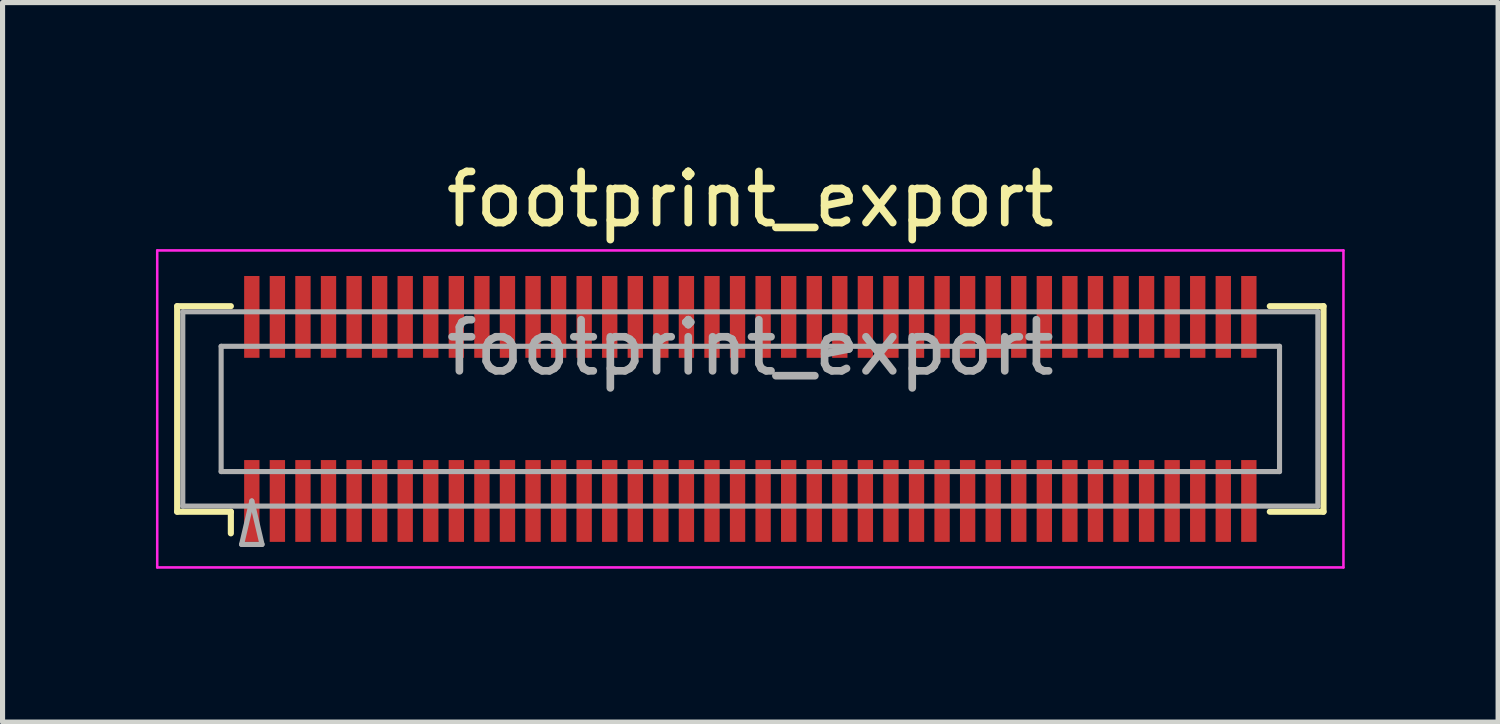
<source format=kicad_pcb>
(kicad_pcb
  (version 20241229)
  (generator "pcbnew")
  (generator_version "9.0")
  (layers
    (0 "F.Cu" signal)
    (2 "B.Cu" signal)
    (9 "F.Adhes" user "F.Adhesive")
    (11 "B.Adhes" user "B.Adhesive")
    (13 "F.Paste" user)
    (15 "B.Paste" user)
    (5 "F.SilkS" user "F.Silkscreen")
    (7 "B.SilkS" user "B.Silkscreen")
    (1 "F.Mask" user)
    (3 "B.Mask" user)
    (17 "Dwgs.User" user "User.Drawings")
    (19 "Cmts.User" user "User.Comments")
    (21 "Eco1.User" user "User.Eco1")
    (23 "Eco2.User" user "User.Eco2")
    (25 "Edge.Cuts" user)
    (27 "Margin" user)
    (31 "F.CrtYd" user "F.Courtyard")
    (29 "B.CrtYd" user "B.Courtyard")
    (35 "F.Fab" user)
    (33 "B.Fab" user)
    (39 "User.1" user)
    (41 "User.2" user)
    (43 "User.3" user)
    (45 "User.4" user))
  (footprint "footprint_export"
    (layer "F.Cu")
    (at 11.625 4.948)
    (property "Reference" "footprint_export" (at 0 -4.1 0) (layer "F.SilkS") (effects (font (size 1 1) (thickness 0.15))))
    (attr smd)
    (fp_line (start -11.21 -2.01) (end -10.16 -2.01) (stroke (width 0.12) (type solid)) (layer "F.SilkS"))
    (fp_line (start -11.21 2.01) (end -11.21 -2.01) (stroke (width 0.12) (type solid)) (layer "F.SilkS"))
    (fp_line (start -10.16 2.01) (end -11.21 2.01) (stroke (width 0.12) (type solid)) (layer "F.SilkS"))
    (fp_line (start -10.16 2.433) (end -10.16 2.01) (stroke (width 0.12) (type solid)) (layer "F.SilkS"))
    (fp_line (start 10.16 2.01) (end 11.21 2.01) (stroke (width 0.12) (type solid)) (layer "F.SilkS"))
    (fp_line (start 11.21 -2.01) (end 10.16 -2.01) (stroke (width 0.12) (type solid)) (layer "F.SilkS"))
    (fp_line (start 11.21 2.01) (end 11.21 -2.01) (stroke (width 0.12) (type solid)) (layer "F.SilkS"))
    (fp_line (start -11.6 -3.1) (end -11.6 3.1) (stroke (width 0.05) (type solid)) (layer "F.CrtYd"))
    (fp_line (start -11.6 3.1) (end 11.6 3.1) (stroke (width 0.05) (type solid)) (layer "F.CrtYd"))
    (fp_line (start 11.6 -3.1) (end -11.6 -3.1) (stroke (width 0.05) (type solid)) (layer "F.CrtYd"))
    (fp_line (start 11.6 3.1) (end 11.6 -3.1) (stroke (width 0.05) (type solid)) (layer "F.CrtYd"))
    (fp_line (start -11.1 -1.9) (end 11.1 -1.9) (stroke (width 0.1) (type solid)) (layer "F.Fab"))
    (fp_line (start -11.1 1.9) (end -11.1 -1.9) (stroke (width 0.1) (type solid)) (layer "F.Fab"))
    (fp_line (start -10.35 -1.225) (end 10.35 -1.225) (stroke (width 0.1) (type solid)) (layer "F.Fab"))
    (fp_line (start -10.35 1.225) (end -10.35 -1.225) (stroke (width 0.1) (type solid)) (layer "F.Fab"))
    (fp_line (start -9.95 2.65) (end -9.75 1.8) (stroke (width 0.1) (type solid)) (layer "F.Fab"))
    (fp_line (start -9.75 1.8) (end -9.55 2.65) (stroke (width 0.1) (type solid)) (layer "F.Fab"))
    (fp_line (start -9.55 2.65) (end -9.95 2.65) (stroke (width 0.1) (type solid)) (layer "F.Fab"))
    (fp_line (start 10.35 -1.225) (end 10.35 1.225) (stroke (width 0.1) (type solid)) (layer "F.Fab"))
    (fp_line (start 10.35 1.225) (end -10.35 1.225) (stroke (width 0.1) (type solid)) (layer "F.Fab"))
    (fp_line (start 11.1 -1.9) (end 11.1 1.9) (stroke (width 0.1) (type solid)) (layer "F.Fab"))
    (fp_line (start 11.1 1.9) (end -11.1 1.9) (stroke (width 0.1) (type solid)) (layer "F.Fab"))
    (fp_text user "${REFERENCE}" (at 0 -1.2 0) (layer "F.Fab") (effects (font (size 1 1) (thickness 0.15))))
    (pad "" smd rect (at -9.75 -2) (size 0.28 1.2) (layers "F.Paste"))
    (pad "" smd rect (at -9.75 2) (size 0.28 1.2) (layers "F.Paste"))
    (pad "" smd rect (at -9.25 -2) (size 0.28 1.2) (layers "F.Paste"))
    (pad "" smd rect (at -9.25 2) (size 0.28 1.2) (layers "F.Paste"))
    (pad "" smd rect (at -8.75 -2) (size 0.28 1.2) (layers "F.Paste"))
    (pad "" smd rect (at -8.75 2) (size 0.28 1.2) (layers "F.Paste"))
    (pad "" smd rect (at -8.25 -2) (size 0.28 1.2) (layers "F.Paste"))
    (pad "" smd rect (at -8.25 2) (size 0.28 1.2) (layers "F.Paste"))
    (pad "" smd rect (at -7.75 -2) (size 0.28 1.2) (layers "F.Paste"))
    (pad "" smd rect (at -7.75 2) (size 0.28 1.2) (layers "F.Paste"))
    (pad "" smd rect (at -7.25 -2) (size 0.28 1.2) (layers "F.Paste"))
    (pad "" smd rect (at -7.25 2) (size 0.28 1.2) (layers "F.Paste"))
    (pad "" smd rect (at -6.75 -2) (size 0.28 1.2) (layers "F.Paste"))
    (pad "" smd rect (at -6.75 2) (size 0.28 1.2) (layers "F.Paste"))
    (pad "" smd rect (at -6.25 -2) (size 0.28 1.2) (layers "F.Paste"))
    (pad "" smd rect (at -6.25 2) (size 0.28 1.2) (layers "F.Paste"))
    (pad "" smd rect (at -5.75 -2) (size 0.28 1.2) (layers "F.Paste"))
    (pad "" smd rect (at -5.75 2) (size 0.28 1.2) (layers "F.Paste"))
    (pad "" smd rect (at -5.25 -2) (size 0.28 1.2) (layers "F.Paste"))
    (pad "" smd rect (at -5.25 2) (size 0.28 1.2) (layers "F.Paste"))
    (pad "" smd rect (at -4.75 -2) (size 0.28 1.2) (layers "F.Paste"))
    (pad "" smd rect (at -4.75 2) (size 0.28 1.2) (layers "F.Paste"))
    (pad "" smd rect (at -4.25 -2) (size 0.28 1.2) (layers "F.Paste"))
    (pad "" smd rect (at -4.25 2) (size 0.28 1.2) (layers "F.Paste"))
    (pad "" smd rect (at -3.75 -2) (size 0.28 1.2) (layers "F.Paste"))
    (pad "" smd rect (at -3.75 2) (size 0.28 1.2) (layers "F.Paste"))
    (pad "" smd rect (at -3.25 -2) (size 0.28 1.2) (layers "F.Paste"))
    (pad "" smd rect (at -3.25 2) (size 0.28 1.2) (layers "F.Paste"))
    (pad "" smd rect (at -2.75 -2) (size 0.28 1.2) (layers "F.Paste"))
    (pad "" smd rect (at -2.75 2) (size 0.28 1.2) (layers "F.Paste"))
    (pad "" smd rect (at -2.25 -2) (size 0.28 1.2) (layers "F.Paste"))
    (pad "" smd rect (at -2.25 2) (size 0.28 1.2) (layers "F.Paste"))
    (pad "" smd rect (at -1.75 -2) (size 0.28 1.2) (layers "F.Paste"))
    (pad "" smd rect (at -1.75 2) (size 0.28 1.2) (layers "F.Paste"))
    (pad "" smd rect (at -1.25 -2) (size 0.28 1.2) (layers "F.Paste"))
    (pad "" smd rect (at -1.25 2) (size 0.28 1.2) (layers "F.Paste"))
    (pad "" smd rect (at -0.75 -2) (size 0.28 1.2) (layers "F.Paste"))
    (pad "" smd rect (at -0.75 2) (size 0.28 1.2) (layers "F.Paste"))
    (pad "" smd rect (at -0.25 -2) (size 0.28 1.2) (layers "F.Paste"))
    (pad "" smd rect (at -0.25 2) (size 0.28 1.2) (layers "F.Paste"))
    (pad "" smd rect (at 0.25 -2) (size 0.28 1.2) (layers "F.Paste"))
    (pad "" smd rect (at 0.25 2) (size 0.28 1.2) (layers "F.Paste"))
    (pad "" smd rect (at 0.75 -2) (size 0.28 1.2) (layers "F.Paste"))
    (pad "" smd rect (at 0.75 2) (size 0.28 1.2) (layers "F.Paste"))
    (pad "" smd rect (at 1.25 -2) (size 0.28 1.2) (layers "F.Paste"))
    (pad "" smd rect (at 1.25 2) (size 0.28 1.2) (layers "F.Paste"))
    (pad "" smd rect (at 1.75 -2) (size 0.28 1.2) (layers "F.Paste"))
    (pad "" smd rect (at 1.75 2) (size 0.28 1.2) (layers "F.Paste"))
    (pad "" smd rect (at 2.25 -2) (size 0.28 1.2) (layers "F.Paste"))
    (pad "" smd rect (at 2.25 2) (size 0.28 1.2) (layers "F.Paste"))
    (pad "" smd rect (at 2.75 -2) (size 0.28 1.2) (layers "F.Paste"))
    (pad "" smd rect (at 2.75 2) (size 0.28 1.2) (layers "F.Paste"))
    (pad "" smd rect (at 3.25 -2) (size 0.28 1.2) (layers "F.Paste"))
    (pad "" smd rect (at 3.25 2) (size 0.28 1.2) (layers "F.Paste"))
    (pad "" smd rect (at 3.75 -2) (size 0.28 1.2) (layers "F.Paste"))
    (pad "" smd rect (at 3.75 2) (size 0.28 1.2) (layers "F.Paste"))
    (pad "" smd rect (at 4.25 -2) (size 0.28 1.2) (layers "F.Paste"))
    (pad "" smd rect (at 4.25 2) (size 0.28 1.2) (layers "F.Paste"))
    (pad "" smd rect (at 4.75 -2) (size 0.28 1.2) (layers "F.Paste"))
    (pad "" smd rect (at 4.75 2) (size 0.28 1.2) (layers "F.Paste"))
    (pad "" smd rect (at 5.25 -2) (size 0.28 1.2) (layers "F.Paste"))
    (pad "" smd rect (at 5.25 2) (size 0.28 1.2) (layers "F.Paste"))
    (pad "" smd rect (at 5.75 -2) (size 0.28 1.2) (layers "F.Paste"))
    (pad "" smd rect (at 5.75 2) (size 0.28 1.2) (layers "F.Paste"))
    (pad "" smd rect (at 6.25 -2) (size 0.28 1.2) (layers "F.Paste"))
    (pad "" smd rect (at 6.25 2) (size 0.28 1.2) (layers "F.Paste"))
    (pad "" smd rect (at 6.75 -2) (size 0.28 1.2) (layers "F.Paste"))
    (pad "" smd rect (at 6.75 2) (size 0.28 1.2) (layers "F.Paste"))
    (pad "" smd rect (at 7.25 -2) (size 0.28 1.2) (layers "F.Paste"))
    (pad "" smd rect (at 7.25 2) (size 0.28 1.2) (layers "F.Paste"))
    (pad "" smd rect (at 7.75 -2) (size 0.28 1.2) (layers "F.Paste"))
    (pad "" smd rect (at 7.75 2) (size 0.28 1.2) (layers "F.Paste"))
    (pad "" smd rect (at 8.25 -2) (size 0.28 1.2) (layers "F.Paste"))
    (pad "" smd rect (at 8.25 2) (size 0.28 1.2) (layers "F.Paste"))
    (pad "" smd rect (at 8.75 -2) (size 0.28 1.2) (layers "F.Paste"))
    (pad "" smd rect (at 8.75 2) (size 0.28 1.2) (layers "F.Paste"))
    (pad "" smd rect (at 9.25 -2) (size 0.28 1.2) (layers "F.Paste"))
    (pad "" smd rect (at 9.25 2) (size 0.28 1.2) (layers "F.Paste"))
    (pad "" smd rect (at 9.75 -2) (size 0.28 1.2) (layers "F.Paste"))
    (pad "" smd rect (at 9.75 2) (size 0.28 1.2) (layers "F.Paste"))
    (pad "1" smd rect (at -9.75 1.8) (size 0.3 1.6) (layers "F.Cu" "F.Mask"))
    (pad "2" smd rect (at -9.25 1.8) (size 0.3 1.6) (layers "F.Cu" "F.Mask"))
    (pad "3" smd rect (at -8.75 1.8) (size 0.3 1.6) (layers "F.Cu" "F.Mask"))
    (pad "4" smd rect (at -8.25 1.8) (size 0.3 1.6) (layers "F.Cu" "F.Mask"))
    (pad "5" smd rect (at -7.75 1.8) (size 0.3 1.6) (layers "F.Cu" "F.Mask"))
    (pad "6" smd rect (at -7.25 1.8) (size 0.3 1.6) (layers "F.Cu" "F.Mask"))
    (pad "7" smd rect (at -6.75 1.8) (size 0.3 1.6) (layers "F.Cu" "F.Mask"))
    (pad "8" smd rect (at -6.25 1.8) (size 0.3 1.6) (layers "F.Cu" "F.Mask"))
    (pad "9" smd rect (at -5.75 1.8) (size 0.3 1.6) (layers "F.Cu" "F.Mask"))
    (pad "10" smd rect (at -5.25 1.8) (size 0.3 1.6) (layers "F.Cu" "F.Mask"))
    (pad "11" smd rect (at -4.75 1.8) (size 0.3 1.6) (layers "F.Cu" "F.Mask"))
    (pad "12" smd rect (at -4.25 1.8) (size 0.3 1.6) (layers "F.Cu" "F.Mask"))
    (pad "13" smd rect (at -3.75 1.8) (size 0.3 1.6) (layers "F.Cu" "F.Mask"))
    (pad "14" smd rect (at -3.25 1.8) (size 0.3 1.6) (layers "F.Cu" "F.Mask"))
    (pad "15" smd rect (at -2.75 1.8) (size 0.3 1.6) (layers "F.Cu" "F.Mask"))
    (pad "16" smd rect (at -2.25 1.8) (size 0.3 1.6) (layers "F.Cu" "F.Mask"))
    (pad "17" smd rect (at -1.75 1.8) (size 0.3 1.6) (layers "F.Cu" "F.Mask"))
    (pad "18" smd rect (at -1.25 1.8) (size 0.3 1.6) (layers "F.Cu" "F.Mask"))
    (pad "19" smd rect (at -0.75 1.8) (size 0.3 1.6) (layers "F.Cu" "F.Mask"))
    (pad "20" smd rect (at -0.25 1.8) (size 0.3 1.6) (layers "F.Cu" "F.Mask"))
    (pad "21" smd rect (at 0.25 1.8) (size 0.3 1.6) (layers "F.Cu" "F.Mask"))
    (pad "22" smd rect (at 0.75 1.8) (size 0.3 1.6) (layers "F.Cu" "F.Mask"))
    (pad "23" smd rect (at 1.25 1.8) (size 0.3 1.6) (layers "F.Cu" "F.Mask"))
    (pad "24" smd rect (at 1.75 1.8) (size 0.3 1.6) (layers "F.Cu" "F.Mask"))
    (pad "25" smd rect (at 2.25 1.8) (size 0.3 1.6) (layers "F.Cu" "F.Mask"))
    (pad "26" smd rect (at 2.75 1.8) (size 0.3 1.6) (layers "F.Cu" "F.Mask"))
    (pad "27" smd rect (at 3.25 1.8) (size 0.3 1.6) (layers "F.Cu" "F.Mask"))
    (pad "28" smd rect (at 3.75 1.8) (size 0.3 1.6) (layers "F.Cu" "F.Mask"))
    (pad "29" smd rect (at 4.25 1.8) (size 0.3 1.6) (layers "F.Cu" "F.Mask"))
    (pad "30" smd rect (at 4.75 1.8) (size 0.3 1.6) (layers "F.Cu" "F.Mask"))
    (pad "31" smd rect (at 5.25 1.8) (size 0.3 1.6) (layers "F.Cu" "F.Mask"))
    (pad "32" smd rect (at 5.75 1.8) (size 0.3 1.6) (layers "F.Cu" "F.Mask"))
    (pad "33" smd rect (at 6.25 1.8) (size 0.3 1.6) (layers "F.Cu" "F.Mask"))
    (pad "34" smd rect (at 6.75 1.8) (size 0.3 1.6) (layers "F.Cu" "F.Mask"))
    (pad "35" smd rect (at 7.25 1.8) (size 0.3 1.6) (layers "F.Cu" "F.Mask"))
    (pad "36" smd rect (at 7.75 1.8) (size 0.3 1.6) (layers "F.Cu" "F.Mask"))
    (pad "37" smd rect (at 8.25 1.8) (size 0.3 1.6) (layers "F.Cu" "F.Mask"))
    (pad "38" smd rect (at 8.75 1.8) (size 0.3 1.6) (layers "F.Cu" "F.Mask"))
    (pad "39" smd rect (at 9.25 1.8) (size 0.3 1.6) (layers "F.Cu" "F.Mask"))
    (pad "40" smd rect (at 9.75 1.8) (size 0.3 1.6) (layers "F.Cu" "F.Mask"))
    (pad "41" smd rect (at -9.75 -1.8) (size 0.3 1.6) (layers "F.Cu" "F.Mask"))
    (pad "42" smd rect (at -9.25 -1.8) (size 0.3 1.6) (layers "F.Cu" "F.Mask"))
    (pad "43" smd rect (at -8.75 -1.8) (size 0.3 1.6) (layers "F.Cu" "F.Mask"))
    (pad "44" smd rect (at -8.25 -1.8) (size 0.3 1.6) (layers "F.Cu" "F.Mask"))
    (pad "45" smd rect (at -7.75 -1.8) (size 0.3 1.6) (layers "F.Cu" "F.Mask"))
    (pad "46" smd rect (at -7.25 -1.8) (size 0.3 1.6) (layers "F.Cu" "F.Mask"))
    (pad "47" smd rect (at -6.75 -1.8) (size 0.3 1.6) (layers "F.Cu" "F.Mask"))
    (pad "48" smd rect (at -6.25 -1.8) (size 0.3 1.6) (layers "F.Cu" "F.Mask"))
    (pad "49" smd rect (at -5.75 -1.8) (size 0.3 1.6) (layers "F.Cu" "F.Mask"))
    (pad "50" smd rect (at -5.25 -1.8) (size 0.3 1.6) (layers "F.Cu" "F.Mask"))
    (pad "51" smd rect (at -4.75 -1.8) (size 0.3 1.6) (layers "F.Cu" "F.Mask"))
    (pad "52" smd rect (at -4.25 -1.8) (size 0.3 1.6) (layers "F.Cu" "F.Mask"))
    (pad "53" smd rect (at -3.75 -1.8) (size 0.3 1.6) (layers "F.Cu" "F.Mask"))
    (pad "54" smd rect (at -3.25 -1.8) (size 0.3 1.6) (layers "F.Cu" "F.Mask"))
    (pad "55" smd rect (at -2.75 -1.8) (size 0.3 1.6) (layers "F.Cu" "F.Mask"))
    (pad "56" smd rect (at -2.25 -1.8) (size 0.3 1.6) (layers "F.Cu" "F.Mask"))
    (pad "57" smd rect (at -1.75 -1.8) (size 0.3 1.6) (layers "F.Cu" "F.Mask"))
    (pad "58" smd rect (at -1.25 -1.8) (size 0.3 1.6) (layers "F.Cu" "F.Mask"))
    (pad "59" smd rect (at -0.75 -1.8) (size 0.3 1.6) (layers "F.Cu" "F.Mask"))
    (pad "60" smd rect (at -0.25 -1.8) (size 0.3 1.6) (layers "F.Cu" "F.Mask"))
    (pad "61" smd rect (at 0.25 -1.8) (size 0.3 1.6) (layers "F.Cu" "F.Mask"))
    (pad "62" smd rect (at 0.75 -1.8) (size 0.3 1.6) (layers "F.Cu" "F.Mask"))
    (pad "63" smd rect (at 1.25 -1.8) (size 0.3 1.6) (layers "F.Cu" "F.Mask"))
    (pad "64" smd rect (at 1.75 -1.8) (size 0.3 1.6) (layers "F.Cu" "F.Mask"))
    (pad "65" smd rect (at 2.25 -1.8) (size 0.3 1.6) (layers "F.Cu" "F.Mask"))
    (pad "66" smd rect (at 2.75 -1.8) (size 0.3 1.6) (layers "F.Cu" "F.Mask"))
    (pad "67" smd rect (at 3.25 -1.8) (size 0.3 1.6) (layers "F.Cu" "F.Mask"))
    (pad "68" smd rect (at 3.75 -1.8) (size 0.3 1.6) (layers "F.Cu" "F.Mask"))
    (pad "69" smd rect (at 4.25 -1.8) (size 0.3 1.6) (layers "F.Cu" "F.Mask"))
    (pad "70" smd rect (at 4.75 -1.8) (size 0.3 1.6) (layers "F.Cu" "F.Mask"))
    (pad "71" smd rect (at 5.25 -1.8) (size 0.3 1.6) (layers "F.Cu" "F.Mask"))
    (pad "72" smd rect (at 5.75 -1.8) (size 0.3 1.6) (layers "F.Cu" "F.Mask"))
    (pad "73" smd rect (at 6.25 -1.8) (size 0.3 1.6) (layers "F.Cu" "F.Mask"))
    (pad "74" smd rect (at 6.75 -1.8) (size 0.3 1.6) (layers "F.Cu" "F.Mask"))
    (pad "75" smd rect (at 7.25 -1.8) (size 0.3 1.6) (layers "F.Cu" "F.Mask"))
    (pad "76" smd rect (at 7.75 -1.8) (size 0.3 1.6) (layers "F.Cu" "F.Mask"))
    (pad "77" smd rect (at 8.25 -1.8) (size 0.3 1.6) (layers "F.Cu" "F.Mask"))
    (pad "78" smd rect (at 8.75 -1.8) (size 0.3 1.6) (layers "F.Cu" "F.Mask"))
    (pad "79" smd rect (at 9.25 -1.8) (size 0.3 1.6) (layers "F.Cu" "F.Mask"))
    (pad "80" smd rect (at 9.75 -1.8) (size 0.3 1.6) (layers "F.Cu" "F.Mask")))
  (gr_rect
    (start -3 -3)
    (end 26.25 11.073)
    (stroke (width 0.1) (type default))
    (fill no)
    (layer "Edge.Cuts")))
</source>
